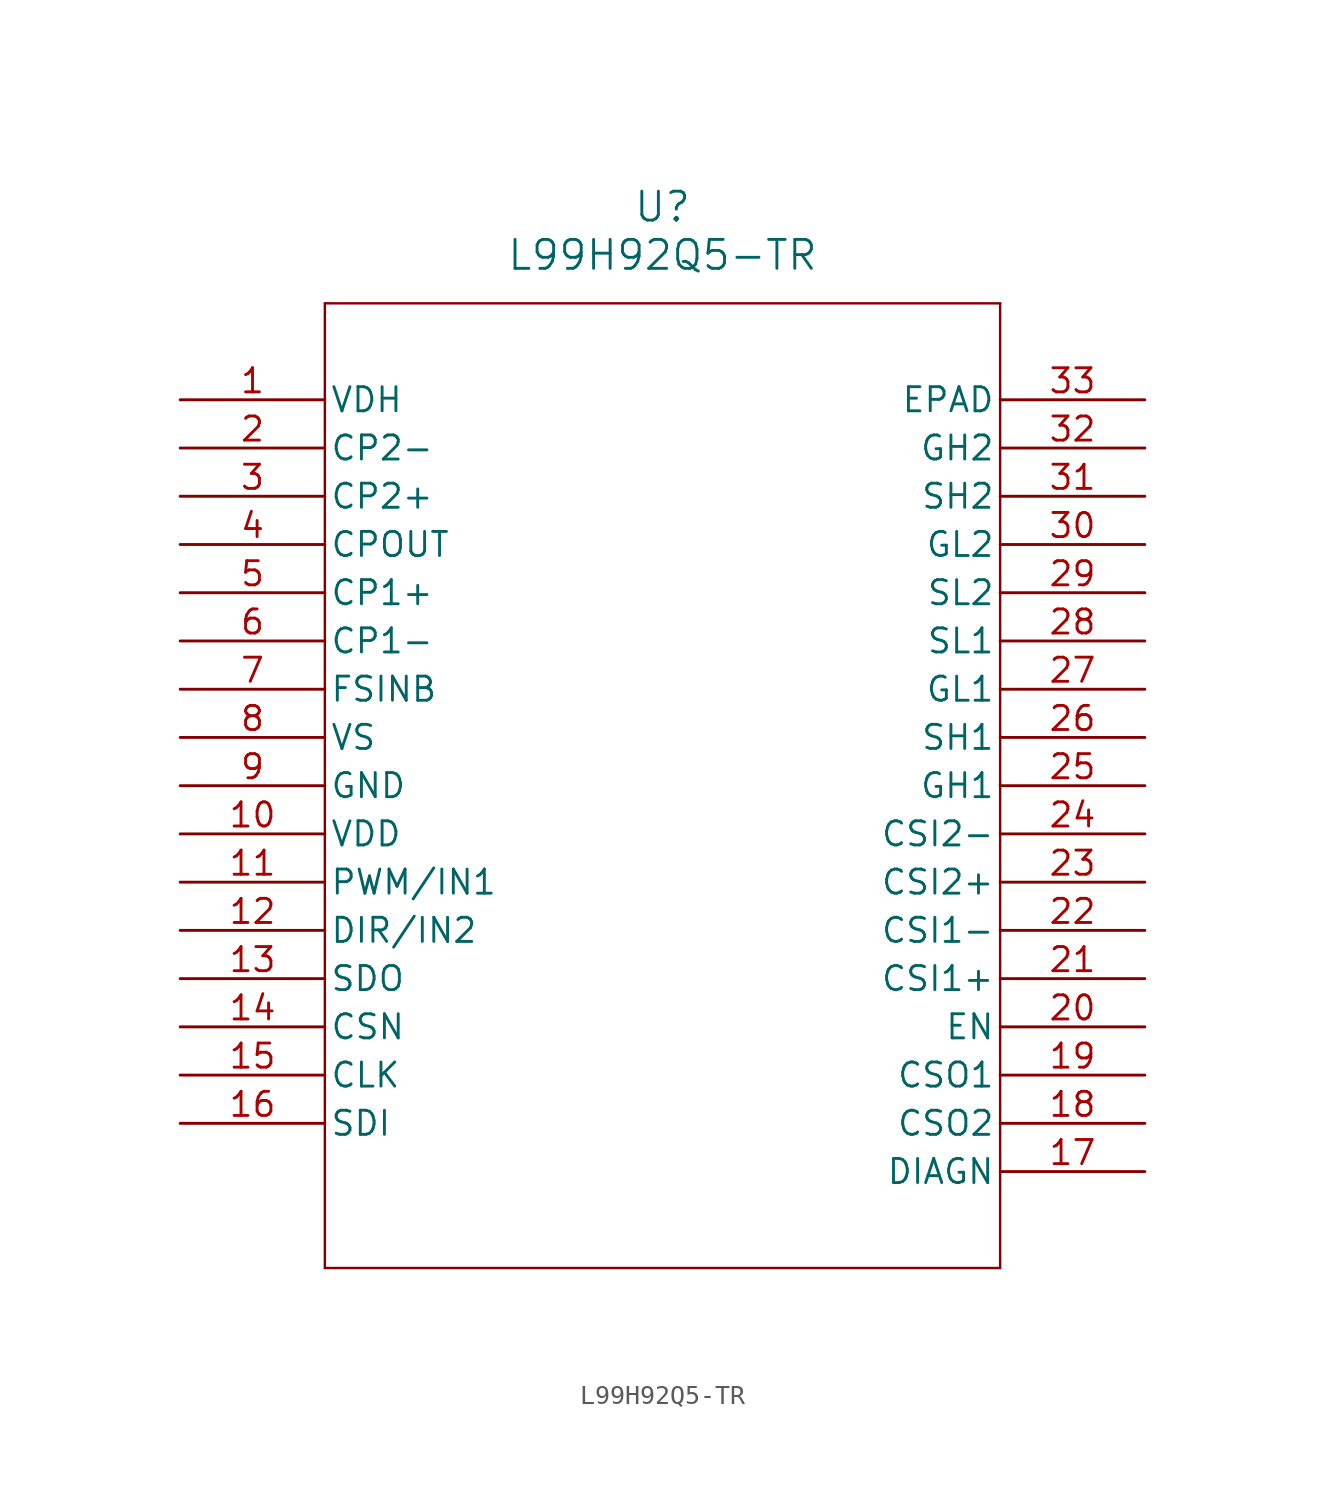
<source format=kicad_sym>
(kicad_symbol_lib
  (version 20211014)
  (generator kicad_symbol_editor)
  (symbol "L99H92Q5-TR"
    (pin_names
      (offset 0.254))
    (property "Reference" "U"
      (at 25.4 10.16 0)
      (effects (font (size 1.524 1.524))))
    (property "Value" "L99H92Q5-TR"
      (at 25.4 7.62 0)
      (effects (font (size 1.524 1.524))))
    (symbol "L99H92Q5-TR_0_1"
      (polyline (pts (xy 7.62 5.08) (xy 7.62 -45.72)) (stroke (width 0.127) (type default) (color 0 0 0 0)) (fill (type none)))
      (polyline (pts (xy 7.62 -45.72) (xy 43.18 -45.72)) (stroke (width 0.127) (type default) (color 0 0 0 0)) (fill (type none)))
      (polyline (pts (xy 43.18 -45.72) (xy 43.18 5.08)) (stroke (width 0.127) (type default) (color 0 0 0 0)) (fill (type none)))
      (polyline (pts (xy 43.18 5.08) (xy 7.62 5.08)) (stroke (width 0.127) (type default) (color 0 0 0 0)) (fill (type none)))
      (pin unspecified line (at 0 0 0) (length 7.62) (name "VDH" (effects (font (size 1.27 1.27)))) (number "1" (effects (font (size 1.27 1.27)))))
      (pin unspecified line (at 0 -2.54 0) (length 7.62) (name "CP2-" (effects (font (size 1.27 1.27)))) (number "2" (effects (font (size 1.27 1.27)))))
      (pin unspecified line (at 0 -5.08 0) (length 7.62) (name "CP2+" (effects (font (size 1.27 1.27)))) (number "3" (effects (font (size 1.27 1.27)))))
      (pin output line (at 0 -7.62 0) (length 7.62) (name "CPOUT" (effects (font (size 1.27 1.27)))) (number "4" (effects (font (size 1.27 1.27)))))
      (pin unspecified line (at 0 -10.16 0) (length 7.62) (name "CP1+" (effects (font (size 1.27 1.27)))) (number "5" (effects (font (size 1.27 1.27)))))
      (pin unspecified line (at 0 -12.7 0) (length 7.62) (name "CP1-" (effects (font (size 1.27 1.27)))) (number "6" (effects (font (size 1.27 1.27)))))
      (pin input line (at 0 -15.24 0) (length 7.62) (name "FSINB" (effects (font (size 1.27 1.27)))) (number "7" (effects (font (size 1.27 1.27)))))
      (pin power_in line (at 0 -17.78 0) (length 7.62) (name "VS" (effects (font (size 1.27 1.27)))) (number "8" (effects (font (size 1.27 1.27)))))
      (pin power_in line (at 0 -20.32 0) (length 7.62) (name "GND" (effects (font (size 1.27 1.27)))) (number "9" (effects (font (size 1.27 1.27)))))
      (pin power_in line (at 0 -22.86 0) (length 7.62) (name "VDD" (effects (font (size 1.27 1.27)))) (number "10" (effects (font (size 1.27 1.27)))))
      (pin input line (at 0 -25.4 0) (length 7.62) (name "PWM/IN1" (effects (font (size 1.27 1.27)))) (number "11" (effects (font (size 1.27 1.27)))))
      (pin input line (at 0 -27.94 0) (length 7.62) (name "DIR/IN2" (effects (font (size 1.27 1.27)))) (number "12" (effects (font (size 1.27 1.27)))))
      (pin output line (at 0 -30.48 0) (length 7.62) (name "SDO" (effects (font (size 1.27 1.27)))) (number "13" (effects (font (size 1.27 1.27)))))
      (pin unspecified line (at 0 -33.02 0) (length 7.62) (name "CSN" (effects (font (size 1.27 1.27)))) (number "14" (effects (font (size 1.27 1.27)))))
      (pin unspecified line (at 0 -35.56 0) (length 7.62) (name "CLK" (effects (font (size 1.27 1.27)))) (number "15" (effects (font (size 1.27 1.27)))))
      (pin input line (at 0 -38.1 0) (length 7.62) (name "SDI" (effects (font (size 1.27 1.27)))) (number "16" (effects (font (size 1.27 1.27)))))
      (pin output line (at 50.8 -40.64 180) (length 7.62) (name "DIAGN" (effects (font (size 1.27 1.27)))) (number "17" (effects (font (size 1.27 1.27)))))
      (pin output line (at 50.8 -38.1 180) (length 7.62) (name "CSO2" (effects (font (size 1.27 1.27)))) (number "18" (effects (font (size 1.27 1.27)))))
      (pin output line (at 50.8 -35.56 180) (length 7.62) (name "CSO1" (effects (font (size 1.27 1.27)))) (number "19" (effects (font (size 1.27 1.27)))))
      (pin input line (at 50.8 -33.02 180) (length 7.62) (name "EN" (effects (font (size 1.27 1.27)))) (number "20" (effects (font (size 1.27 1.27)))))
      (pin input line (at 50.8 -30.48 180) (length 7.62) (name "CSI1+" (effects (font (size 1.27 1.27)))) (number "21" (effects (font (size 1.27 1.27)))))
      (pin input line (at 50.8 -27.94 180) (length 7.62) (name "CSI1-" (effects (font (size 1.27 1.27)))) (number "22" (effects (font (size 1.27 1.27)))))
      (pin input line (at 50.8 -25.4 180) (length 7.62) (name "CSI2+" (effects (font (size 1.27 1.27)))) (number "23" (effects (font (size 1.27 1.27)))))
      (pin input line (at 50.8 -22.86 180) (length 7.62) (name "CSI2-" (effects (font (size 1.27 1.27)))) (number "24" (effects (font (size 1.27 1.27)))))
      (pin unspecified line (at 50.8 -20.32 180) (length 7.62) (name "GH1" (effects (font (size 1.27 1.27)))) (number "25" (effects (font (size 1.27 1.27)))))
      (pin unspecified line (at 50.8 -17.78 180) (length 7.62) (name "SH1" (effects (font (size 1.27 1.27)))) (number "26" (effects (font (size 1.27 1.27)))))
      (pin unspecified line (at 50.8 -15.24 180) (length 7.62) (name "GL1" (effects (font (size 1.27 1.27)))) (number "27" (effects (font (size 1.27 1.27)))))
      (pin unspecified line (at 50.8 -12.7 180) (length 7.62) (name "SL1" (effects (font (size 1.27 1.27)))) (number "28" (effects (font (size 1.27 1.27)))))
      (pin unspecified line (at 50.8 -10.16 180) (length 7.62) (name "SL2" (effects (font (size 1.27 1.27)))) (number "29" (effects (font (size 1.27 1.27)))))
      (pin unspecified line (at 50.8 -7.62 180) (length 7.62) (name "GL2" (effects (font (size 1.27 1.27)))) (number "30" (effects (font (size 1.27 1.27)))))
      (pin unspecified line (at 50.8 -5.08 180) (length 7.62) (name "SH2" (effects (font (size 1.27 1.27)))) (number "31" (effects (font (size 1.27 1.27)))))
      (pin unspecified line (at 50.8 -2.54 180) (length 7.62) (name "GH2" (effects (font (size 1.27 1.27)))) (number "32" (effects (font (size 1.27 1.27)))))
      (pin unspecified line (at 50.8 0 180) (length 7.62) (name "EPAD" (effects (font (size 1.27 1.27)))) (number "33" (effects (font (size 1.27 1.27))))))))
</source>
